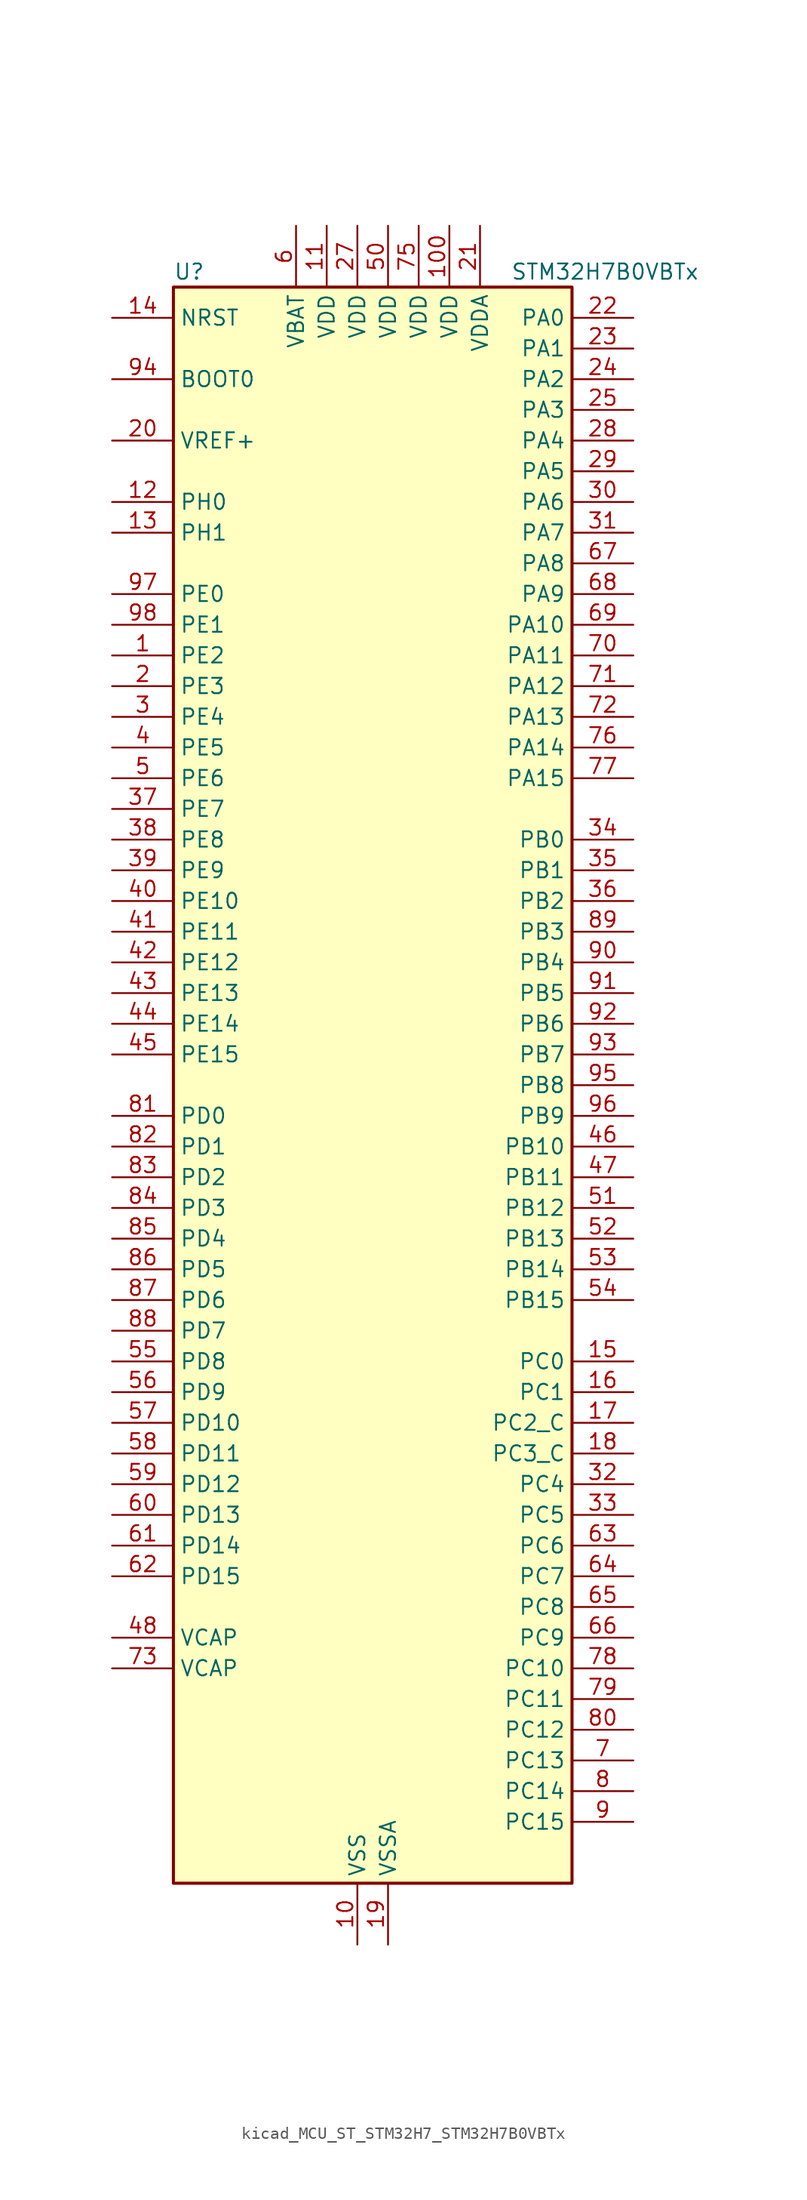
<source format=kicad_sym>
(kicad_symbol_lib
  (version 20220914)
  (generator kicad_symbol_editor)
  (symbol "kicad_MCU_ST_STM32H7_STM32H7B0VBTx"
    (property "Reference" "U"
      (at -15.24 67.31 0)
      (effects (font (size 1.27 1.27)) (justify left)))
    (property "Value" "STM32H7B0VBTx"
      (at 12.7 67.31 0)
      (effects (font (size 1.27 1.27)) (justify left)))
    (property "ki_locked" ""
      (at 0 0 0)
      (effects (font (size 1.27 1.27))))
    (symbol "kicad_MCU_ST_STM32H7_STM32H7B0VBTx_0_1"
      (rectangle (start -15.24 -66.04) (end 17.78 66.04) (stroke (width 0.254) (type default)) (fill (type background))))
    (symbol "kicad_MCU_ST_STM32H7_STM32H7B0VBTx_1_1"
      (pin bidirectional line (at -20.32 35.56 0) (length 5.08) (name "PE2" (effects (font (size 1.27 1.27)))) (number "1" (effects (font (size 1.27 1.27)))) (alternate "DEBUG_TRACECLK" bidirectional line) (alternate "FMC_A23" bidirectional line) (alternate "OCTOSPIM_P1_IO2" bidirectional line) (alternate "SAI1_CK1" bidirectional line) (alternate "SAI1_MCLK_A" bidirectional line) (alternate "SPI4_SCK" bidirectional line) (alternate "USART10_RX" bidirectional line))
      (pin power_in line (at 0 -71.12 90) (length 5.08) (name "VSS" (effects (font (size 1.27 1.27)))) (number "10" (effects (font (size 1.27 1.27)))))
      (pin power_in line (at 7.62 71.12 270) (length 5.08) (name "VDD" (effects (font (size 1.27 1.27)))) (number "100" (effects (font (size 1.27 1.27)))))
      (pin power_in line (at -2.54 71.12 270) (length 5.08) (name "VDD" (effects (font (size 1.27 1.27)))) (number "11" (effects (font (size 1.27 1.27)))))
      (pin bidirectional line (at -20.32 48.26 0) (length 5.08) (name "PH0" (effects (font (size 1.27 1.27)))) (number "12" (effects (font (size 1.27 1.27)))) (alternate "RCC_OSC_IN" bidirectional line))
      (pin bidirectional line (at -20.32 45.72 0) (length 5.08) (name "PH1" (effects (font (size 1.27 1.27)))) (number "13" (effects (font (size 1.27 1.27)))) (alternate "RCC_OSC_OUT" bidirectional line))
      (pin input line (at -20.32 63.5 0) (length 5.08) (name "NRST" (effects (font (size 1.27 1.27)))) (number "14" (effects (font (size 1.27 1.27)))))
      (pin bidirectional line (at 22.86 -22.86 180) (length 5.08) (name "PC0" (effects (font (size 1.27 1.27)))) (number "15" (effects (font (size 1.27 1.27)))) (alternate "ADC1_INP10" bidirectional line) (alternate "ADC2_INP10" bidirectional line) (alternate "DFSDM1_CKIN0" bidirectional line) (alternate "DFSDM1_DATIN4" bidirectional line) (alternate "FMC_A25" bidirectional line) (alternate "FMC_SDNWE" bidirectional line) (alternate "LTDC_G2" bidirectional line) (alternate "LTDC_R5" bidirectional line) (alternate "SAI2_FS_B" bidirectional line) (alternate "USB_OTG_HS_ULPI_STP" bidirectional line))
      (pin bidirectional line (at 22.86 -25.4 180) (length 5.08) (name "PC1" (effects (font (size 1.27 1.27)))) (number "16" (effects (font (size 1.27 1.27)))) (alternate "ADC1_INN10" bidirectional line) (alternate "ADC1_INP11" bidirectional line) (alternate "ADC2_INN10" bidirectional line) (alternate "ADC2_INP11" bidirectional line) (alternate "DEBUG_TRACED0" bidirectional line) (alternate "DFSDM1_CKIN4" bidirectional line) (alternate "DFSDM1_DATIN0" bidirectional line) (alternate "I2S2_SDO" bidirectional line) (alternate "LTDC_G5" bidirectional line) (alternate "MDIOS_MDC" bidirectional line) (alternate "OCTOSPIM_P1_IO4" bidirectional line) (alternate "PWR_WKUP6" bidirectional line) (alternate "RTC_TAMP3" bidirectional line) (alternate "SAI1_D1" bidirectional line) (alternate "SAI1_SD_A" bidirectional line) (alternate "SDMMC2_CK" bidirectional line) (alternate "SPI2_MOSI" bidirectional line))
      (pin bidirectional line (at 22.86 -27.94 180) (length 5.08) (name "PC2_C" (effects (font (size 1.27 1.27)))) (number "17" (effects (font (size 1.27 1.27)))) (alternate "ADC2_INN1" bidirectional line) (alternate "ADC2_INP0" bidirectional line) (alternate "DFSDM1_CKIN1" bidirectional line) (alternate "DFSDM1_CKOUT" bidirectional line) (alternate "FMC_SDNE0" bidirectional line) (alternate "I2S2_SDI" bidirectional line) (alternate "OCTOSPIM_P1_IO2" bidirectional line) (alternate "OCTOSPIM_P1_IO5" bidirectional line) (alternate "PWR_CSTOP" bidirectional line) (alternate "SPI2_MISO" bidirectional line) (alternate "USB_OTG_HS_ULPI_DIR" bidirectional line))
      (pin bidirectional line (at 22.86 -30.48 180) (length 5.08) (name "PC3_C" (effects (font (size 1.27 1.27)))) (number "18" (effects (font (size 1.27 1.27)))) (alternate "ADC2_INP1" bidirectional line) (alternate "DFSDM1_DATIN1" bidirectional line) (alternate "FMC_SDCKE0" bidirectional line) (alternate "I2S2_SDO" bidirectional line) (alternate "OCTOSPIM_P1_IO0" bidirectional line) (alternate "OCTOSPIM_P1_IO6" bidirectional line) (alternate "PWR_CSLEEP" bidirectional line) (alternate "SPI2_MOSI" bidirectional line) (alternate "USB_OTG_HS_ULPI_NXT" bidirectional line))
      (pin power_in line (at 2.54 -71.12 90) (length 5.08) (name "VSSA" (effects (font (size 1.27 1.27)))) (number "19" (effects (font (size 1.27 1.27)))))
      (pin bidirectional line (at -20.32 33.02 0) (length 5.08) (name "PE3" (effects (font (size 1.27 1.27)))) (number "2" (effects (font (size 1.27 1.27)))) (alternate "DEBUG_TRACED0" bidirectional line) (alternate "FMC_A19" bidirectional line) (alternate "SAI1_SD_B" bidirectional line) (alternate "TIM15_BKIN" bidirectional line) (alternate "USART10_TX" bidirectional line))
      (pin input line (at -20.32 53.34 0) (length 5.08) (name "VREF+" (effects (font (size 1.27 1.27)))) (number "20" (effects (font (size 1.27 1.27)))) (alternate "VREFBUF_OUT" bidirectional line))
      (pin power_in line (at 10.16 71.12 270) (length 5.08) (name "VDDA" (effects (font (size 1.27 1.27)))) (number "21" (effects (font (size 1.27 1.27)))))
      (pin bidirectional line (at 22.86 63.5 180) (length 5.08) (name "PA0" (effects (font (size 1.27 1.27)))) (number "22" (effects (font (size 1.27 1.27)))) (alternate "ADC1_INP16" bidirectional line) (alternate "I2S6_WS" bidirectional line) (alternate "PWR_WKUP1" bidirectional line) (alternate "SAI2_SD_B" bidirectional line) (alternate "SDMMC2_CMD" bidirectional line) (alternate "SPI6_NSS" bidirectional line) (alternate "TIM15_BKIN" bidirectional line) (alternate "TIM2_CH1" bidirectional line) (alternate "TIM2_ETR" bidirectional line) (alternate "TIM5_CH1" bidirectional line) (alternate "TIM8_ETR" bidirectional line) (alternate "UART4_TX" bidirectional line) (alternate "USART2_CTS" bidirectional line) (alternate "USART2_NSS" bidirectional line))
      (pin bidirectional line (at 22.86 60.96 180) (length 5.08) (name "PA1" (effects (font (size 1.27 1.27)))) (number "23" (effects (font (size 1.27 1.27)))) (alternate "ADC1_INN16" bidirectional line) (alternate "ADC1_INP17" bidirectional line) (alternate "LPTIM3_OUT" bidirectional line) (alternate "LTDC_R2" bidirectional line) (alternate "OCTOSPIM_P1_DQS" bidirectional line) (alternate "OCTOSPIM_P1_IO3" bidirectional line) (alternate "SAI2_MCLK_B" bidirectional line) (alternate "TIM15_CH1N" bidirectional line) (alternate "TIM2_CH2" bidirectional line) (alternate "TIM5_CH2" bidirectional line) (alternate "UART4_RX" bidirectional line) (alternate "USART2_DE" bidirectional line) (alternate "USART2_RTS" bidirectional line))
      (pin bidirectional line (at 22.86 58.42 180) (length 5.08) (name "PA2" (effects (font (size 1.27 1.27)))) (number "24" (effects (font (size 1.27 1.27)))) (alternate "ADC1_INP14" bidirectional line) (alternate "DFSDM2_CKIN1" bidirectional line) (alternate "LTDC_R1" bidirectional line) (alternate "MDIOS_MDIO" bidirectional line) (alternate "PWR_WKUP2" bidirectional line) (alternate "SAI2_SCK_B" bidirectional line) (alternate "TIM15_CH1" bidirectional line) (alternate "TIM2_CH3" bidirectional line) (alternate "TIM5_CH3" bidirectional line) (alternate "USART2_TX" bidirectional line))
      (pin bidirectional line (at 22.86 55.88 180) (length 5.08) (name "PA3" (effects (font (size 1.27 1.27)))) (number "25" (effects (font (size 1.27 1.27)))) (alternate "ADC1_INP15" bidirectional line) (alternate "I2S6_MCK" bidirectional line) (alternate "LTDC_B2" bidirectional line) (alternate "LTDC_B5" bidirectional line) (alternate "OCTOSPIM_P1_CLK" bidirectional line) (alternate "TIM15_CH2" bidirectional line) (alternate "TIM2_CH4" bidirectional line) (alternate "TIM5_CH4" bidirectional line) (alternate "USART2_RX" bidirectional line) (alternate "USB_OTG_HS_ULPI_D0" bidirectional line))
      (pin passive line (at 0 -71.12 90) (length 5.08) hide (name "VSS" (effects (font (size 1.27 1.27)))) (number "26" (effects (font (size 1.27 1.27)))))
      (pin power_in line (at 0 71.12 270) (length 5.08) (name "VDD" (effects (font (size 1.27 1.27)))) (number "27" (effects (font (size 1.27 1.27)))))
      (pin bidirectional line (at 22.86 53.34 180) (length 5.08) (name "PA4" (effects (font (size 1.27 1.27)))) (number "28" (effects (font (size 1.27 1.27)))) (alternate "ADC1_INP18" bidirectional line) (alternate "DAC1_OUT1" bidirectional line) (alternate "DCMI_HSYNC" bidirectional line) (alternate "I2S1_WS" bidirectional line) (alternate "I2S3_WS" bidirectional line) (alternate "I2S6_WS" bidirectional line) (alternate "LTDC_VSYNC" bidirectional line) (alternate "PSSI_DE" bidirectional line) (alternate "SPI1_NSS" bidirectional line) (alternate "SPI3_NSS" bidirectional line) (alternate "SPI6_NSS" bidirectional line) (alternate "TIM5_ETR" bidirectional line) (alternate "USART2_CK" bidirectional line))
      (pin bidirectional line (at 22.86 50.8 180) (length 5.08) (name "PA5" (effects (font (size 1.27 1.27)))) (number "29" (effects (font (size 1.27 1.27)))) (alternate "ADC1_INN18" bidirectional line) (alternate "ADC1_INP19" bidirectional line) (alternate "DAC1_OUT2" bidirectional line) (alternate "I2S1_CK" bidirectional line) (alternate "I2S6_CK" bidirectional line) (alternate "LTDC_R4" bidirectional line) (alternate "PSSI_D14" bidirectional line) (alternate "PWR_NDSTOP2" bidirectional line) (alternate "SPI1_SCK" bidirectional line) (alternate "SPI6_SCK" bidirectional line) (alternate "TIM2_CH1" bidirectional line) (alternate "TIM2_ETR" bidirectional line) (alternate "TIM8_CH1N" bidirectional line) (alternate "USB_OTG_HS_ULPI_CK" bidirectional line))
      (pin bidirectional line (at -20.32 30.48 0) (length 5.08) (name "PE4" (effects (font (size 1.27 1.27)))) (number "3" (effects (font (size 1.27 1.27)))) (alternate "DCMI_D4" bidirectional line) (alternate "DEBUG_TRACED1" bidirectional line) (alternate "DFSDM1_DATIN3" bidirectional line) (alternate "FMC_A20" bidirectional line) (alternate "LTDC_B0" bidirectional line) (alternate "PSSI_D4" bidirectional line) (alternate "SAI1_D2" bidirectional line) (alternate "SAI1_FS_A" bidirectional line) (alternate "SPI4_NSS" bidirectional line) (alternate "TIM15_CH1N" bidirectional line))
      (pin bidirectional line (at 22.86 48.26 180) (length 5.08) (name "PA6" (effects (font (size 1.27 1.27)))) (number "30" (effects (font (size 1.27 1.27)))) (alternate "ADC1_INP3" bidirectional line) (alternate "ADC2_INP3" bidirectional line) (alternate "DAC2_OUT1" bidirectional line) (alternate "DCMI_PIXCLK" bidirectional line) (alternate "I2S1_SDI" bidirectional line) (alternate "I2S6_SDI" bidirectional line) (alternate "LTDC_G2" bidirectional line) (alternate "MDIOS_MDC" bidirectional line) (alternate "OCTOSPIM_P1_IO3" bidirectional line) (alternate "PSSI_PDCK" bidirectional line) (alternate "SPI1_MISO" bidirectional line) (alternate "SPI6_MISO" bidirectional line) (alternate "TIM13_CH1" bidirectional line) (alternate "TIM1_BKIN" bidirectional line) (alternate "TIM1_BKIN_COMP1" bidirectional line) (alternate "TIM1_BKIN_COMP2" bidirectional line) (alternate "TIM3_CH1" bidirectional line) (alternate "TIM8_BKIN" bidirectional line) (alternate "TIM8_BKIN_COMP1" bidirectional line) (alternate "TIM8_BKIN_COMP2" bidirectional line))
      (pin bidirectional line (at 22.86 45.72 180) (length 5.08) (name "PA7" (effects (font (size 1.27 1.27)))) (number "31" (effects (font (size 1.27 1.27)))) (alternate "ADC1_INN3" bidirectional line) (alternate "ADC1_INP7" bidirectional line) (alternate "ADC2_INN3" bidirectional line) (alternate "ADC2_INP7" bidirectional line) (alternate "DFSDM2_DATIN1" bidirectional line) (alternate "FMC_SDNWE" bidirectional line) (alternate "I2S1_SDO" bidirectional line) (alternate "I2S6_SDO" bidirectional line) (alternate "LTDC_VSYNC" bidirectional line) (alternate "OCTOSPIM_P1_IO2" bidirectional line) (alternate "OPAMP1_VINM" bidirectional line) (alternate "SPI1_MOSI" bidirectional line) (alternate "SPI6_MOSI" bidirectional line) (alternate "TIM14_CH1" bidirectional line) (alternate "TIM1_CH1N" bidirectional line) (alternate "TIM3_CH2" bidirectional line) (alternate "TIM8_CH1N" bidirectional line))
      (pin bidirectional line (at 22.86 -33.02 180) (length 5.08) (name "PC4" (effects (font (size 1.27 1.27)))) (number "32" (effects (font (size 1.27 1.27)))) (alternate "ADC1_INP4" bidirectional line) (alternate "ADC2_INP4" bidirectional line) (alternate "COMP1_INM" bidirectional line) (alternate "DFSDM1_CKIN2" bidirectional line) (alternate "FMC_SDNE0" bidirectional line) (alternate "I2S1_MCK" bidirectional line) (alternate "LTDC_R7" bidirectional line) (alternate "OPAMP1_VOUT" bidirectional line) (alternate "SPDIFRX_IN2" bidirectional line))
      (pin bidirectional line (at 22.86 -35.56 180) (length 5.08) (name "PC5" (effects (font (size 1.27 1.27)))) (number "33" (effects (font (size 1.27 1.27)))) (alternate "ADC1_INN4" bidirectional line) (alternate "ADC1_INP8" bidirectional line) (alternate "ADC2_INN4" bidirectional line) (alternate "ADC2_INP8" bidirectional line) (alternate "COMP1_OUT" bidirectional line) (alternate "DFSDM1_DATIN2" bidirectional line) (alternate "FMC_SDCKE0" bidirectional line) (alternate "LTDC_DE" bidirectional line) (alternate "OCTOSPIM_P1_DQS" bidirectional line) (alternate "OPAMP1_VINM" bidirectional line) (alternate "PSSI_D15" bidirectional line) (alternate "SAI1_D3" bidirectional line) (alternate "SPDIFRX_IN3" bidirectional line))
      (pin bidirectional line (at 22.86 20.32 180) (length 5.08) (name "PB0" (effects (font (size 1.27 1.27)))) (number "34" (effects (font (size 1.27 1.27)))) (alternate "ADC1_INN5" bidirectional line) (alternate "ADC1_INP9" bidirectional line) (alternate "ADC2_INN5" bidirectional line) (alternate "ADC2_INP9" bidirectional line) (alternate "COMP1_INP" bidirectional line) (alternate "DFSDM1_CKOUT" bidirectional line) (alternate "DFSDM2_CKOUT" bidirectional line) (alternate "LTDC_G1" bidirectional line) (alternate "LTDC_R3" bidirectional line) (alternate "OCTOSPIM_P1_IO1" bidirectional line) (alternate "OPAMP1_VINP" bidirectional line) (alternate "TIM1_CH2N" bidirectional line) (alternate "TIM3_CH3" bidirectional line) (alternate "TIM8_CH2N" bidirectional line) (alternate "UART4_CTS" bidirectional line) (alternate "USB_OTG_HS_ULPI_D1" bidirectional line))
      (pin bidirectional line (at 22.86 17.78 180) (length 5.08) (name "PB1" (effects (font (size 1.27 1.27)))) (number "35" (effects (font (size 1.27 1.27)))) (alternate "ADC1_INP5" bidirectional line) (alternate "ADC2_INP5" bidirectional line) (alternate "COMP1_INM" bidirectional line) (alternate "DFSDM1_DATIN1" bidirectional line) (alternate "LTDC_G0" bidirectional line) (alternate "LTDC_R6" bidirectional line) (alternate "OCTOSPIM_P1_IO0" bidirectional line) (alternate "TIM1_CH3N" bidirectional line) (alternate "TIM3_CH4" bidirectional line) (alternate "TIM8_CH3N" bidirectional line) (alternate "USB_OTG_HS_ULPI_D2" bidirectional line))
      (pin bidirectional line (at 22.86 15.24 180) (length 5.08) (name "PB2" (effects (font (size 1.27 1.27)))) (number "36" (effects (font (size 1.27 1.27)))) (alternate "COMP1_INP" bidirectional line) (alternate "DFSDM1_CKIN1" bidirectional line) (alternate "I2S3_SDO" bidirectional line) (alternate "OCTOSPIM_P1_CLK" bidirectional line) (alternate "OCTOSPIM_P1_DQS" bidirectional line) (alternate "RTC_OUT_ALARM" bidirectional line) (alternate "RTC_OUT_CALIB" bidirectional line) (alternate "SAI1_D1" bidirectional line) (alternate "SAI1_SD_A" bidirectional line) (alternate "SPI3_MOSI" bidirectional line))
      (pin bidirectional line (at -20.32 22.86 0) (length 5.08) (name "PE7" (effects (font (size 1.27 1.27)))) (number "37" (effects (font (size 1.27 1.27)))) (alternate "COMP2_INM" bidirectional line) (alternate "DFSDM1_DATIN2" bidirectional line) (alternate "FMC_D4" bidirectional line) (alternate "FMC_DA4" bidirectional line) (alternate "OCTOSPIM_P1_IO4" bidirectional line) (alternate "OPAMP2_VOUT" bidirectional line) (alternate "TIM1_ETR" bidirectional line) (alternate "UART7_RX" bidirectional line))
      (pin bidirectional line (at -20.32 20.32 0) (length 5.08) (name "PE8" (effects (font (size 1.27 1.27)))) (number "38" (effects (font (size 1.27 1.27)))) (alternate "COMP2_OUT" bidirectional line) (alternate "DFSDM1_CKIN2" bidirectional line) (alternate "FMC_D5" bidirectional line) (alternate "FMC_DA5" bidirectional line) (alternate "OCTOSPIM_P1_IO5" bidirectional line) (alternate "OPAMP2_VINM" bidirectional line) (alternate "TIM1_CH1N" bidirectional line) (alternate "UART7_TX" bidirectional line))
      (pin bidirectional line (at -20.32 17.78 0) (length 5.08) (name "PE9" (effects (font (size 1.27 1.27)))) (number "39" (effects (font (size 1.27 1.27)))) (alternate "COMP2_INP" bidirectional line) (alternate "DAC1_EXTI9" bidirectional line) (alternate "DFSDM1_CKOUT" bidirectional line) (alternate "FMC_D6" bidirectional line) (alternate "FMC_DA6" bidirectional line) (alternate "OCTOSPIM_P1_IO6" bidirectional line) (alternate "OPAMP2_VINP" bidirectional line) (alternate "TIM1_CH1" bidirectional line) (alternate "UART7_DE" bidirectional line) (alternate "UART7_RTS" bidirectional line))
      (pin bidirectional line (at -20.32 27.94 0) (length 5.08) (name "PE5" (effects (font (size 1.27 1.27)))) (number "4" (effects (font (size 1.27 1.27)))) (alternate "DCMI_D6" bidirectional line) (alternate "DEBUG_TRACED2" bidirectional line) (alternate "DFSDM1_CKIN3" bidirectional line) (alternate "FMC_A21" bidirectional line) (alternate "LTDC_G0" bidirectional line) (alternate "PSSI_D6" bidirectional line) (alternate "SAI1_CK2" bidirectional line) (alternate "SAI1_SCK_A" bidirectional line) (alternate "SPI4_MISO" bidirectional line) (alternate "TIM15_CH1" bidirectional line))
      (pin bidirectional line (at -20.32 15.24 0) (length 5.08) (name "PE10" (effects (font (size 1.27 1.27)))) (number "40" (effects (font (size 1.27 1.27)))) (alternate "COMP2_INM" bidirectional line) (alternate "DFSDM1_DATIN4" bidirectional line) (alternate "FMC_D7" bidirectional line) (alternate "FMC_DA7" bidirectional line) (alternate "OCTOSPIM_P1_IO7" bidirectional line) (alternate "TIM1_CH2N" bidirectional line) (alternate "UART7_CTS" bidirectional line))
      (pin bidirectional line (at -20.32 12.7 0) (length 5.08) (name "PE11" (effects (font (size 1.27 1.27)))) (number "41" (effects (font (size 1.27 1.27)))) (alternate "ADC1_EXTI11" bidirectional line) (alternate "ADC2_EXTI11" bidirectional line) (alternate "COMP2_INP" bidirectional line) (alternate "DFSDM1_CKIN4" bidirectional line) (alternate "FMC_D8" bidirectional line) (alternate "FMC_DA8" bidirectional line) (alternate "LTDC_G3" bidirectional line) (alternate "OCTOSPIM_P1_NCS" bidirectional line) (alternate "SAI2_SD_B" bidirectional line) (alternate "SPI4_NSS" bidirectional line) (alternate "TIM1_CH2" bidirectional line))
      (pin bidirectional line (at -20.32 10.16 0) (length 5.08) (name "PE12" (effects (font (size 1.27 1.27)))) (number "42" (effects (font (size 1.27 1.27)))) (alternate "COMP1_OUT" bidirectional line) (alternate "DFSDM1_DATIN5" bidirectional line) (alternate "FMC_D9" bidirectional line) (alternate "FMC_DA9" bidirectional line) (alternate "LTDC_B4" bidirectional line) (alternate "SAI2_SCK_B" bidirectional line) (alternate "SPI4_SCK" bidirectional line) (alternate "TIM1_CH3N" bidirectional line))
      (pin bidirectional line (at -20.32 7.62 0) (length 5.08) (name "PE13" (effects (font (size 1.27 1.27)))) (number "43" (effects (font (size 1.27 1.27)))) (alternate "COMP2_OUT" bidirectional line) (alternate "DFSDM1_CKIN5" bidirectional line) (alternate "FMC_D10" bidirectional line) (alternate "FMC_DA10" bidirectional line) (alternate "LTDC_DE" bidirectional line) (alternate "SAI2_FS_B" bidirectional line) (alternate "SPI4_MISO" bidirectional line) (alternate "TIM1_CH3" bidirectional line))
      (pin bidirectional line (at -20.32 5.08 0) (length 5.08) (name "PE14" (effects (font (size 1.27 1.27)))) (number "44" (effects (font (size 1.27 1.27)))) (alternate "FMC_D11" bidirectional line) (alternate "FMC_DA11" bidirectional line) (alternate "LTDC_CLK" bidirectional line) (alternate "SAI2_MCLK_B" bidirectional line) (alternate "SPI4_MOSI" bidirectional line) (alternate "TIM1_CH4" bidirectional line))
      (pin bidirectional line (at -20.32 2.54 0) (length 5.08) (name "PE15" (effects (font (size 1.27 1.27)))) (number "45" (effects (font (size 1.27 1.27)))) (alternate "ADC1_EXTI15" bidirectional line) (alternate "ADC2_EXTI15" bidirectional line) (alternate "FMC_D12" bidirectional line) (alternate "FMC_DA12" bidirectional line) (alternate "LTDC_R7" bidirectional line) (alternate "TIM1_BKIN" bidirectional line) (alternate "TIM1_BKIN_COMP1" bidirectional line) (alternate "TIM1_BKIN_COMP2" bidirectional line) (alternate "USART10_CK" bidirectional line))
      (pin bidirectional line (at 22.86 -5.08 180) (length 5.08) (name "PB10" (effects (font (size 1.27 1.27)))) (number "46" (effects (font (size 1.27 1.27)))) (alternate "DFSDM1_DATIN7" bidirectional line) (alternate "I2C2_SCL" bidirectional line) (alternate "I2S2_CK" bidirectional line) (alternate "LPTIM2_IN1" bidirectional line) (alternate "LTDC_G4" bidirectional line) (alternate "OCTOSPIM_P1_NCS" bidirectional line) (alternate "SPI2_SCK" bidirectional line) (alternate "TIM2_CH3" bidirectional line) (alternate "USART3_TX" bidirectional line) (alternate "USB_OTG_HS_ULPI_D3" bidirectional line))
      (pin bidirectional line (at 22.86 -7.62 180) (length 5.08) (name "PB11" (effects (font (size 1.27 1.27)))) (number "47" (effects (font (size 1.27 1.27)))) (alternate "ADC1_EXTI11" bidirectional line) (alternate "ADC2_EXTI11" bidirectional line) (alternate "DFSDM1_CKIN7" bidirectional line) (alternate "I2C2_SDA" bidirectional line) (alternate "LPTIM2_ETR" bidirectional line) (alternate "LTDC_G5" bidirectional line) (alternate "TIM2_CH4" bidirectional line) (alternate "USART3_RX" bidirectional line) (alternate "USB_OTG_HS_ULPI_D4" bidirectional line))
      (pin power_out line (at -20.32 -45.72 0) (length 5.08) (name "VCAP" (effects (font (size 1.27 1.27)))) (number "48" (effects (font (size 1.27 1.27)))))
      (pin passive line (at 0 -71.12 90) (length 5.08) hide (name "VSS" (effects (font (size 1.27 1.27)))) (number "49" (effects (font (size 1.27 1.27)))))
      (pin bidirectional line (at -20.32 25.4 0) (length 5.08) (name "PE6" (effects (font (size 1.27 1.27)))) (number "5" (effects (font (size 1.27 1.27)))) (alternate "DCMI_D7" bidirectional line) (alternate "DEBUG_TRACED3" bidirectional line) (alternate "FMC_A22" bidirectional line) (alternate "LTDC_G1" bidirectional line) (alternate "PSSI_D7" bidirectional line) (alternate "SAI1_D1" bidirectional line) (alternate "SAI1_SD_A" bidirectional line) (alternate "SAI2_MCLK_B" bidirectional line) (alternate "SPI4_MOSI" bidirectional line) (alternate "TIM15_CH2" bidirectional line) (alternate "TIM1_BKIN2" bidirectional line) (alternate "TIM1_BKIN2_COMP1" bidirectional line) (alternate "TIM1_BKIN2_COMP2" bidirectional line))
      (pin power_in line (at 2.54 71.12 270) (length 5.08) (name "VDD" (effects (font (size 1.27 1.27)))) (number "50" (effects (font (size 1.27 1.27)))))
      (pin bidirectional line (at 22.86 -10.16 180) (length 5.08) (name "PB12" (effects (font (size 1.27 1.27)))) (number "51" (effects (font (size 1.27 1.27)))) (alternate "DFSDM1_DATIN1" bidirectional line) (alternate "DFSDM2_DATIN1" bidirectional line) (alternate "FDCAN2_RX" bidirectional line) (alternate "I2C2_SMBA" bidirectional line) (alternate "I2S2_WS" bidirectional line) (alternate "OCTOSPIM_P1_NCLK" bidirectional line) (alternate "SPI2_NSS" bidirectional line) (alternate "TIM1_BKIN" bidirectional line) (alternate "TIM1_BKIN_COMP1" bidirectional line) (alternate "TIM1_BKIN_COMP2" bidirectional line) (alternate "UART5_RX" bidirectional line) (alternate "USART3_CK" bidirectional line) (alternate "USB_OTG_HS_ULPI_D5" bidirectional line))
      (pin bidirectional line (at 22.86 -12.7 180) (length 5.08) (name "PB13" (effects (font (size 1.27 1.27)))) (number "52" (effects (font (size 1.27 1.27)))) (alternate "DCMI_D2" bidirectional line) (alternate "DFSDM1_CKIN1" bidirectional line) (alternate "DFSDM2_CKIN1" bidirectional line) (alternate "FDCAN2_TX" bidirectional line) (alternate "I2S2_CK" bidirectional line) (alternate "LPTIM2_OUT" bidirectional line) (alternate "PSSI_D2" bidirectional line) (alternate "SDMMC1_D0" bidirectional line) (alternate "SPI2_SCK" bidirectional line) (alternate "TIM1_CH1N" bidirectional line) (alternate "UART5_TX" bidirectional line) (alternate "USART3_CTS" bidirectional line) (alternate "USART3_NSS" bidirectional line) (alternate "USB_OTG_HS_ULPI_D6" bidirectional line))
      (pin bidirectional line (at 22.86 -15.24 180) (length 5.08) (name "PB14" (effects (font (size 1.27 1.27)))) (number "53" (effects (font (size 1.27 1.27)))) (alternate "DFSDM1_DATIN2" bidirectional line) (alternate "I2S2_SDI" bidirectional line) (alternate "LTDC_CLK" bidirectional line) (alternate "SDMMC2_D0" bidirectional line) (alternate "SPI2_MISO" bidirectional line) (alternate "TIM12_CH1" bidirectional line) (alternate "TIM1_CH2N" bidirectional line) (alternate "TIM8_CH2N" bidirectional line) (alternate "UART4_DE" bidirectional line) (alternate "UART4_RTS" bidirectional line) (alternate "USART1_TX" bidirectional line) (alternate "USART3_DE" bidirectional line) (alternate "USART3_RTS" bidirectional line))
      (pin bidirectional line (at 22.86 -17.78 180) (length 5.08) (name "PB15" (effects (font (size 1.27 1.27)))) (number "54" (effects (font (size 1.27 1.27)))) (alternate "ADC1_EXTI15" bidirectional line) (alternate "ADC2_EXTI15" bidirectional line) (alternate "DFSDM1_CKIN2" bidirectional line) (alternate "I2S2_SDO" bidirectional line) (alternate "LTDC_G7" bidirectional line) (alternate "RTC_REFIN" bidirectional line) (alternate "SDMMC2_D1" bidirectional line) (alternate "SPI2_MOSI" bidirectional line) (alternate "TIM12_CH2" bidirectional line) (alternate "TIM1_CH3N" bidirectional line) (alternate "TIM8_CH3N" bidirectional line) (alternate "UART4_CTS" bidirectional line) (alternate "USART1_RX" bidirectional line))
      (pin bidirectional line (at -20.32 -22.86 0) (length 5.08) (name "PD8" (effects (font (size 1.27 1.27)))) (number "55" (effects (font (size 1.27 1.27)))) (alternate "DFSDM1_CKIN3" bidirectional line) (alternate "FMC_D13" bidirectional line) (alternate "FMC_DA13" bidirectional line) (alternate "SPDIFRX_IN1" bidirectional line) (alternate "USART3_TX" bidirectional line))
      (pin bidirectional line (at -20.32 -25.4 0) (length 5.08) (name "PD9" (effects (font (size 1.27 1.27)))) (number "56" (effects (font (size 1.27 1.27)))) (alternate "DAC1_EXTI9" bidirectional line) (alternate "DFSDM1_DATIN3" bidirectional line) (alternate "FMC_D14" bidirectional line) (alternate "FMC_DA14" bidirectional line) (alternate "USART3_RX" bidirectional line))
      (pin bidirectional line (at -20.32 -27.94 0) (length 5.08) (name "PD10" (effects (font (size 1.27 1.27)))) (number "57" (effects (font (size 1.27 1.27)))) (alternate "DFSDM1_CKOUT" bidirectional line) (alternate "DFSDM2_CKOUT" bidirectional line) (alternate "FMC_D15" bidirectional line) (alternate "FMC_DA15" bidirectional line) (alternate "LTDC_B3" bidirectional line) (alternate "USART3_CK" bidirectional line))
      (pin bidirectional line (at -20.32 -30.48 0) (length 5.08) (name "PD11" (effects (font (size 1.27 1.27)))) (number "58" (effects (font (size 1.27 1.27)))) (alternate "ADC1_EXTI11" bidirectional line) (alternate "ADC2_EXTI11" bidirectional line) (alternate "FMC_A16" bidirectional line) (alternate "FMC_CLE" bidirectional line) (alternate "I2C4_SMBA" bidirectional line) (alternate "LPTIM2_IN2" bidirectional line) (alternate "OCTOSPIM_P1_IO0" bidirectional line) (alternate "SAI2_SD_A" bidirectional line) (alternate "USART3_CTS" bidirectional line) (alternate "USART3_NSS" bidirectional line))
      (pin bidirectional line (at -20.32 -33.02 0) (length 5.08) (name "PD12" (effects (font (size 1.27 1.27)))) (number "59" (effects (font (size 1.27 1.27)))) (alternate "DCMI_D12" bidirectional line) (alternate "FMC_A17" bidirectional line) (alternate "FMC_ALE" bidirectional line) (alternate "I2C4_SCL" bidirectional line) (alternate "LPTIM1_IN1" bidirectional line) (alternate "LPTIM2_IN1" bidirectional line) (alternate "OCTOSPIM_P1_IO1" bidirectional line) (alternate "PSSI_D12" bidirectional line) (alternate "SAI2_FS_A" bidirectional line) (alternate "TIM4_CH1" bidirectional line) (alternate "USART3_DE" bidirectional line) (alternate "USART3_RTS" bidirectional line))
      (pin power_in line (at -5.08 71.12 270) (length 5.08) (name "VBAT" (effects (font (size 1.27 1.27)))) (number "6" (effects (font (size 1.27 1.27)))))
      (pin bidirectional line (at -20.32 -35.56 0) (length 5.08) (name "PD13" (effects (font (size 1.27 1.27)))) (number "60" (effects (font (size 1.27 1.27)))) (alternate "DCMI_D13" bidirectional line) (alternate "FMC_A18" bidirectional line) (alternate "I2C4_SDA" bidirectional line) (alternate "LPTIM1_OUT" bidirectional line) (alternate "OCTOSPIM_P1_IO3" bidirectional line) (alternate "PSSI_D13" bidirectional line) (alternate "SAI2_SCK_A" bidirectional line) (alternate "TIM4_CH2" bidirectional line) (alternate "UART9_DE" bidirectional line) (alternate "UART9_RTS" bidirectional line))
      (pin bidirectional line (at -20.32 -38.1 0) (length 5.08) (name "PD14" (effects (font (size 1.27 1.27)))) (number "61" (effects (font (size 1.27 1.27)))) (alternate "FMC_D0" bidirectional line) (alternate "FMC_DA0" bidirectional line) (alternate "TIM4_CH3" bidirectional line) (alternate "UART8_CTS" bidirectional line) (alternate "UART9_RX" bidirectional line))
      (pin bidirectional line (at -20.32 -40.64 0) (length 5.08) (name "PD15" (effects (font (size 1.27 1.27)))) (number "62" (effects (font (size 1.27 1.27)))) (alternate "ADC1_EXTI15" bidirectional line) (alternate "ADC2_EXTI15" bidirectional line) (alternate "FMC_D1" bidirectional line) (alternate "FMC_DA1" bidirectional line) (alternate "TIM4_CH4" bidirectional line) (alternate "UART8_DE" bidirectional line) (alternate "UART8_RTS" bidirectional line) (alternate "UART9_TX" bidirectional line))
      (pin bidirectional line (at 22.86 -38.1 180) (length 5.08) (name "PC6" (effects (font (size 1.27 1.27)))) (number "63" (effects (font (size 1.27 1.27)))) (alternate "DCMI_D0" bidirectional line) (alternate "DFSDM1_CKIN3" bidirectional line) (alternate "FMC_NWAIT" bidirectional line) (alternate "I2S2_MCK" bidirectional line) (alternate "LTDC_HSYNC" bidirectional line) (alternate "PSSI_D0" bidirectional line) (alternate "SDMMC1_D0DIR" bidirectional line) (alternate "SDMMC1_D6" bidirectional line) (alternate "SDMMC2_D6" bidirectional line) (alternate "SWPMI1_IO" bidirectional line) (alternate "TIM3_CH1" bidirectional line) (alternate "TIM8_CH1" bidirectional line) (alternate "USART6_TX" bidirectional line))
      (pin bidirectional line (at 22.86 -40.64 180) (length 5.08) (name "PC7" (effects (font (size 1.27 1.27)))) (number "64" (effects (font (size 1.27 1.27)))) (alternate "DCMI_D1" bidirectional line) (alternate "DEBUG_TRGIO" bidirectional line) (alternate "DFSDM1_DATIN3" bidirectional line) (alternate "FMC_NE1" bidirectional line) (alternate "I2S3_MCK" bidirectional line) (alternate "LTDC_G6" bidirectional line) (alternate "PSSI_D1" bidirectional line) (alternate "SDMMC1_D123DIR" bidirectional line) (alternate "SDMMC1_D7" bidirectional line) (alternate "SDMMC2_D7" bidirectional line) (alternate "SWPMI1_TX" bidirectional line) (alternate "TIM3_CH2" bidirectional line) (alternate "TIM8_CH2" bidirectional line) (alternate "USART6_RX" bidirectional line))
      (pin bidirectional line (at 22.86 -43.18 180) (length 5.08) (name "PC8" (effects (font (size 1.27 1.27)))) (number "65" (effects (font (size 1.27 1.27)))) (alternate "DCMI_D2" bidirectional line) (alternate "DEBUG_TRACED1" bidirectional line) (alternate "FMC_INT" bidirectional line) (alternate "FMC_NCE" bidirectional line) (alternate "FMC_NE2" bidirectional line) (alternate "PSSI_D2" bidirectional line) (alternate "SDMMC1_D0" bidirectional line) (alternate "SWPMI1_RX" bidirectional line) (alternate "TIM3_CH3" bidirectional line) (alternate "TIM8_CH3" bidirectional line) (alternate "UART5_DE" bidirectional line) (alternate "UART5_RTS" bidirectional line) (alternate "USART6_CK" bidirectional line))
      (pin bidirectional line (at 22.86 -45.72 180) (length 5.08) (name "PC9" (effects (font (size 1.27 1.27)))) (number "66" (effects (font (size 1.27 1.27)))) (alternate "DAC1_EXTI9" bidirectional line) (alternate "DCMI_D3" bidirectional line) (alternate "I2C3_SDA" bidirectional line) (alternate "I2S_CKIN" bidirectional line) (alternate "LTDC_B2" bidirectional line) (alternate "LTDC_G3" bidirectional line) (alternate "OCTOSPIM_P1_IO0" bidirectional line) (alternate "PSSI_D3" bidirectional line) (alternate "RCC_MCO_2" bidirectional line) (alternate "SDMMC1_D1" bidirectional line) (alternate "SWPMI1_SUSPEND" bidirectional line) (alternate "TIM3_CH4" bidirectional line) (alternate "TIM8_CH4" bidirectional line) (alternate "UART5_CTS" bidirectional line))
      (pin bidirectional line (at 22.86 43.18 180) (length 5.08) (name "PA8" (effects (font (size 1.27 1.27)))) (number "67" (effects (font (size 1.27 1.27)))) (alternate "I2C3_SCL" bidirectional line) (alternate "LTDC_B3" bidirectional line) (alternate "LTDC_R6" bidirectional line) (alternate "RCC_MCO_1" bidirectional line) (alternate "TIM1_CH1" bidirectional line) (alternate "TIM8_BKIN2" bidirectional line) (alternate "TIM8_BKIN2_COMP1" bidirectional line) (alternate "TIM8_BKIN2_COMP2" bidirectional line) (alternate "UART7_RX" bidirectional line) (alternate "USART1_CK" bidirectional line) (alternate "USB_OTG_HS_SOF" bidirectional line))
      (pin bidirectional line (at 22.86 40.64 180) (length 5.08) (name "PA9" (effects (font (size 1.27 1.27)))) (number "68" (effects (font (size 1.27 1.27)))) (alternate "DAC1_EXTI9" bidirectional line) (alternate "DCMI_D0" bidirectional line) (alternate "I2C3_SMBA" bidirectional line) (alternate "I2S2_CK" bidirectional line) (alternate "LPUART1_TX" bidirectional line) (alternate "LTDC_R5" bidirectional line) (alternate "PSSI_D0" bidirectional line) (alternate "SPI2_SCK" bidirectional line) (alternate "TIM1_CH2" bidirectional line) (alternate "USART1_TX" bidirectional line) (alternate "USB_OTG_HS_VBUS" bidirectional line))
      (pin bidirectional line (at 22.86 38.1 180) (length 5.08) (name "PA10" (effects (font (size 1.27 1.27)))) (number "69" (effects (font (size 1.27 1.27)))) (alternate "DCMI_D1" bidirectional line) (alternate "LPUART1_RX" bidirectional line) (alternate "LTDC_B1" bidirectional line) (alternate "LTDC_B4" bidirectional line) (alternate "MDIOS_MDIO" bidirectional line) (alternate "PSSI_D1" bidirectional line) (alternate "TIM1_CH3" bidirectional line) (alternate "USART1_RX" bidirectional line) (alternate "USB_OTG_HS_ID" bidirectional line))
      (pin bidirectional line (at 22.86 -55.88 180) (length 5.08) (name "PC13" (effects (font (size 1.27 1.27)))) (number "7" (effects (font (size 1.27 1.27)))) (alternate "PWR_WKUP4" bidirectional line) (alternate "RTC_OUT_ALARM" bidirectional line) (alternate "RTC_OUT_CALIB" bidirectional line) (alternate "RTC_TAMP1" bidirectional line) (alternate "RTC_TS" bidirectional line))
      (pin bidirectional line (at 22.86 35.56 180) (length 5.08) (name "PA11" (effects (font (size 1.27 1.27)))) (number "70" (effects (font (size 1.27 1.27)))) (alternate "ADC1_EXTI11" bidirectional line) (alternate "ADC2_EXTI11" bidirectional line) (alternate "FDCAN1_RX" bidirectional line) (alternate "I2S2_WS" bidirectional line) (alternate "LPUART1_CTS" bidirectional line) (alternate "LTDC_R4" bidirectional line) (alternate "SPI2_NSS" bidirectional line) (alternate "TIM1_CH4" bidirectional line) (alternate "UART4_RX" bidirectional line) (alternate "USART1_CTS" bidirectional line) (alternate "USART1_NSS" bidirectional line) (alternate "USB_OTG_HS_DM" bidirectional line))
      (pin bidirectional line (at 22.86 33.02 180) (length 5.08) (name "PA12" (effects (font (size 1.27 1.27)))) (number "71" (effects (font (size 1.27 1.27)))) (alternate "FDCAN1_TX" bidirectional line) (alternate "I2S2_CK" bidirectional line) (alternate "LPUART1_DE" bidirectional line) (alternate "LPUART1_RTS" bidirectional line) (alternate "LTDC_R5" bidirectional line) (alternate "SAI2_FS_B" bidirectional line) (alternate "SPI2_SCK" bidirectional line) (alternate "TIM1_ETR" bidirectional line) (alternate "UART4_TX" bidirectional line) (alternate "USART1_DE" bidirectional line) (alternate "USART1_RTS" bidirectional line) (alternate "USB_OTG_HS_DP" bidirectional line))
      (pin bidirectional line (at 22.86 30.48 180) (length 5.08) (name "PA13" (effects (font (size 1.27 1.27)))) (number "72" (effects (font (size 1.27 1.27)))) (alternate "DEBUG_JTMS-SWDIO" bidirectional line))
      (pin power_out line (at -20.32 -48.26 0) (length 5.08) (name "VCAP" (effects (font (size 1.27 1.27)))) (number "73" (effects (font (size 1.27 1.27)))))
      (pin passive line (at 0 -71.12 90) (length 5.08) hide (name "VSS" (effects (font (size 1.27 1.27)))) (number "74" (effects (font (size 1.27 1.27)))))
      (pin power_in line (at 5.08 71.12 270) (length 5.08) (name "VDD" (effects (font (size 1.27 1.27)))) (number "75" (effects (font (size 1.27 1.27)))))
      (pin bidirectional line (at 22.86 27.94 180) (length 5.08) (name "PA14" (effects (font (size 1.27 1.27)))) (number "76" (effects (font (size 1.27 1.27)))) (alternate "DEBUG_JTCK-SWCLK" bidirectional line))
      (pin bidirectional line (at 22.86 25.4 180) (length 5.08) (name "PA15" (effects (font (size 1.27 1.27)))) (number "77" (effects (font (size 1.27 1.27)))) (alternate "ADC1_EXTI15" bidirectional line) (alternate "ADC2_EXTI15" bidirectional line) (alternate "CEC" bidirectional line) (alternate "DEBUG_JTDI" bidirectional line) (alternate "I2S1_WS" bidirectional line) (alternate "I2S3_WS" bidirectional line) (alternate "I2S6_WS" bidirectional line) (alternate "LTDC_B6" bidirectional line) (alternate "LTDC_R3" bidirectional line) (alternate "SPI1_NSS" bidirectional line) (alternate "SPI3_NSS" bidirectional line) (alternate "SPI6_NSS" bidirectional line) (alternate "TIM2_CH1" bidirectional line) (alternate "TIM2_ETR" bidirectional line) (alternate "UART4_DE" bidirectional line) (alternate "UART4_RTS" bidirectional line) (alternate "UART7_TX" bidirectional line))
      (pin bidirectional line (at 22.86 -48.26 180) (length 5.08) (name "PC10" (effects (font (size 1.27 1.27)))) (number "78" (effects (font (size 1.27 1.27)))) (alternate "DCMI_D8" bidirectional line) (alternate "DFSDM1_CKIN5" bidirectional line) (alternate "DFSDM2_CKIN0" bidirectional line) (alternate "I2S3_CK" bidirectional line) (alternate "LTDC_B1" bidirectional line) (alternate "LTDC_R2" bidirectional line) (alternate "OCTOSPIM_P1_IO1" bidirectional line) (alternate "PSSI_D8" bidirectional line) (alternate "SDMMC1_D2" bidirectional line) (alternate "SPI3_SCK" bidirectional line) (alternate "SWPMI1_RX" bidirectional line) (alternate "UART4_TX" bidirectional line) (alternate "USART3_TX" bidirectional line))
      (pin bidirectional line (at 22.86 -50.8 180) (length 5.08) (name "PC11" (effects (font (size 1.27 1.27)))) (number "79" (effects (font (size 1.27 1.27)))) (alternate "ADC1_EXTI11" bidirectional line) (alternate "ADC2_EXTI11" bidirectional line) (alternate "DCMI_D4" bidirectional line) (alternate "DFSDM1_DATIN5" bidirectional line) (alternate "DFSDM2_DATIN0" bidirectional line) (alternate "I2S3_SDI" bidirectional line) (alternate "LTDC_B4" bidirectional line) (alternate "OCTOSPIM_P1_NCS" bidirectional line) (alternate "PSSI_D4" bidirectional line) (alternate "SDMMC1_D3" bidirectional line) (alternate "SPI3_MISO" bidirectional line) (alternate "UART4_RX" bidirectional line) (alternate "USART3_RX" bidirectional line))
      (pin bidirectional line (at 22.86 -58.42 180) (length 5.08) (name "PC14" (effects (font (size 1.27 1.27)))) (number "8" (effects (font (size 1.27 1.27)))) (alternate "RCC_OSC32_IN" bidirectional line))
      (pin bidirectional line (at 22.86 -53.34 180) (length 5.08) (name "PC12" (effects (font (size 1.27 1.27)))) (number "80" (effects (font (size 1.27 1.27)))) (alternate "DCMI_D9" bidirectional line) (alternate "DEBUG_TRACED3" bidirectional line) (alternate "DFSDM2_CKOUT" bidirectional line) (alternate "I2S3_SDO" bidirectional line) (alternate "I2S6_CK" bidirectional line) (alternate "LTDC_R6" bidirectional line) (alternate "PSSI_D9" bidirectional line) (alternate "SDMMC1_CK" bidirectional line) (alternate "SPI3_MOSI" bidirectional line) (alternate "SPI6_SCK" bidirectional line) (alternate "TIM15_CH1" bidirectional line) (alternate "UART5_TX" bidirectional line) (alternate "USART3_CK" bidirectional line))
      (pin bidirectional line (at -20.32 -2.54 0) (length 5.08) (name "PD0" (effects (font (size 1.27 1.27)))) (number "81" (effects (font (size 1.27 1.27)))) (alternate "DFSDM1_CKIN6" bidirectional line) (alternate "FDCAN1_RX" bidirectional line) (alternate "FMC_D2" bidirectional line) (alternate "FMC_DA2" bidirectional line) (alternate "LTDC_B1" bidirectional line) (alternate "UART4_RX" bidirectional line) (alternate "UART9_CTS" bidirectional line))
      (pin bidirectional line (at -20.32 -5.08 0) (length 5.08) (name "PD1" (effects (font (size 1.27 1.27)))) (number "82" (effects (font (size 1.27 1.27)))) (alternate "DFSDM1_DATIN6" bidirectional line) (alternate "FDCAN1_TX" bidirectional line) (alternate "FMC_D3" bidirectional line) (alternate "FMC_DA3" bidirectional line) (alternate "UART4_TX" bidirectional line))
      (pin bidirectional line (at -20.32 -7.62 0) (length 5.08) (name "PD2" (effects (font (size 1.27 1.27)))) (number "83" (effects (font (size 1.27 1.27)))) (alternate "DCMI_D11" bidirectional line) (alternate "DEBUG_TRACED2" bidirectional line) (alternate "LTDC_B2" bidirectional line) (alternate "LTDC_B7" bidirectional line) (alternate "PSSI_D11" bidirectional line) (alternate "SDMMC1_CMD" bidirectional line) (alternate "TIM15_BKIN" bidirectional line) (alternate "TIM3_ETR" bidirectional line) (alternate "UART5_RX" bidirectional line))
      (pin bidirectional line (at -20.32 -10.16 0) (length 5.08) (name "PD3" (effects (font (size 1.27 1.27)))) (number "84" (effects (font (size 1.27 1.27)))) (alternate "DCMI_D5" bidirectional line) (alternate "DFSDM1_CKOUT" bidirectional line) (alternate "FMC_CLK" bidirectional line) (alternate "I2S2_CK" bidirectional line) (alternate "LTDC_G7" bidirectional line) (alternate "PSSI_D5" bidirectional line) (alternate "SPI2_SCK" bidirectional line) (alternate "USART2_CTS" bidirectional line) (alternate "USART2_NSS" bidirectional line))
      (pin bidirectional line (at -20.32 -12.7 0) (length 5.08) (name "PD4" (effects (font (size 1.27 1.27)))) (number "85" (effects (font (size 1.27 1.27)))) (alternate "FMC_NOE" bidirectional line) (alternate "OCTOSPIM_P1_IO4" bidirectional line) (alternate "USART2_DE" bidirectional line) (alternate "USART2_RTS" bidirectional line))
      (pin bidirectional line (at -20.32 -15.24 0) (length 5.08) (name "PD5" (effects (font (size 1.27 1.27)))) (number "86" (effects (font (size 1.27 1.27)))) (alternate "FMC_NWE" bidirectional line) (alternate "OCTOSPIM_P1_IO5" bidirectional line) (alternate "USART2_TX" bidirectional line))
      (pin bidirectional line (at -20.32 -17.78 0) (length 5.08) (name "PD6" (effects (font (size 1.27 1.27)))) (number "87" (effects (font (size 1.27 1.27)))) (alternate "DCMI_D10" bidirectional line) (alternate "DFSDM1_CKIN4" bidirectional line) (alternate "DFSDM1_DATIN1" bidirectional line) (alternate "FMC_NWAIT" bidirectional line) (alternate "I2S3_SDO" bidirectional line) (alternate "LTDC_B2" bidirectional line) (alternate "OCTOSPIM_P1_IO6" bidirectional line) (alternate "PSSI_D10" bidirectional line) (alternate "SAI1_D1" bidirectional line) (alternate "SAI1_SD_A" bidirectional line) (alternate "SDMMC2_CK" bidirectional line) (alternate "SPI3_MOSI" bidirectional line) (alternate "USART2_RX" bidirectional line))
      (pin bidirectional line (at -20.32 -20.32 0) (length 5.08) (name "PD7" (effects (font (size 1.27 1.27)))) (number "88" (effects (font (size 1.27 1.27)))) (alternate "DFSDM1_CKIN1" bidirectional line) (alternate "DFSDM1_DATIN4" bidirectional line) (alternate "FMC_NE1" bidirectional line) (alternate "I2S1_SDO" bidirectional line) (alternate "OCTOSPIM_P1_IO7" bidirectional line) (alternate "SDMMC2_CMD" bidirectional line) (alternate "SPDIFRX_IN0" bidirectional line) (alternate "SPI1_MOSI" bidirectional line) (alternate "USART2_CK" bidirectional line))
      (pin bidirectional line (at 22.86 12.7 180) (length 5.08) (name "PB3" (effects (font (size 1.27 1.27)))) (number "89" (effects (font (size 1.27 1.27)))) (alternate "CRS_SYNC" bidirectional line) (alternate "DEBUG_JTDO-SWO" bidirectional line) (alternate "I2S1_CK" bidirectional line) (alternate "I2S3_CK" bidirectional line) (alternate "I2S6_CK" bidirectional line) (alternate "SDMMC2_D2" bidirectional line) (alternate "SPI1_SCK" bidirectional line) (alternate "SPI3_SCK" bidirectional line) (alternate "SPI6_SCK" bidirectional line) (alternate "TIM2_CH2" bidirectional line) (alternate "UART7_RX" bidirectional line))
      (pin bidirectional line (at 22.86 -60.96 180) (length 5.08) (name "PC15" (effects (font (size 1.27 1.27)))) (number "9" (effects (font (size 1.27 1.27)))) (alternate "ADC1_EXTI15" bidirectional line) (alternate "ADC2_EXTI15" bidirectional line) (alternate "RCC_OSC32_OUT" bidirectional line))
      (pin bidirectional line (at 22.86 10.16 180) (length 5.08) (name "PB4" (effects (font (size 1.27 1.27)))) (number "90" (effects (font (size 1.27 1.27)))) (alternate "DEBUG_JTRST" bidirectional line) (alternate "I2S1_SDI" bidirectional line) (alternate "I2S2_WS" bidirectional line) (alternate "I2S3_SDI" bidirectional line) (alternate "I2S6_SDI" bidirectional line) (alternate "SDMMC2_D3" bidirectional line) (alternate "SPI1_MISO" bidirectional line) (alternate "SPI2_NSS" bidirectional line) (alternate "SPI3_MISO" bidirectional line) (alternate "SPI6_MISO" bidirectional line) (alternate "TIM16_BKIN" bidirectional line) (alternate "TIM3_CH1" bidirectional line) (alternate "UART7_TX" bidirectional line))
      (pin bidirectional line (at 22.86 7.62 180) (length 5.08) (name "PB5" (effects (font (size 1.27 1.27)))) (number "91" (effects (font (size 1.27 1.27)))) (alternate "DCMI_D10" bidirectional line) (alternate "FDCAN2_RX" bidirectional line) (alternate "FMC_SDCKE1" bidirectional line) (alternate "I2C1_SMBA" bidirectional line) (alternate "I2C4_SMBA" bidirectional line) (alternate "I2S1_SDO" bidirectional line) (alternate "I2S3_SDO" bidirectional line) (alternate "I2S6_SDO" bidirectional line) (alternate "LTDC_B5" bidirectional line) (alternate "PSSI_D10" bidirectional line) (alternate "SPI1_MOSI" bidirectional line) (alternate "SPI3_MOSI" bidirectional line) (alternate "SPI6_MOSI" bidirectional line) (alternate "TIM17_BKIN" bidirectional line) (alternate "TIM3_CH2" bidirectional line) (alternate "UART5_RX" bidirectional line) (alternate "USB_OTG_HS_ULPI_D7" bidirectional line))
      (pin bidirectional line (at 22.86 5.08 180) (length 5.08) (name "PB6" (effects (font (size 1.27 1.27)))) (number "92" (effects (font (size 1.27 1.27)))) (alternate "CEC" bidirectional line) (alternate "DCMI_D5" bidirectional line) (alternate "DFSDM1_DATIN5" bidirectional line) (alternate "FDCAN2_TX" bidirectional line) (alternate "FMC_SDNE1" bidirectional line) (alternate "I2C1_SCL" bidirectional line) (alternate "I2C4_SCL" bidirectional line) (alternate "LPUART1_TX" bidirectional line) (alternate "OCTOSPIM_P1_NCS" bidirectional line) (alternate "PSSI_D5" bidirectional line) (alternate "TIM16_CH1N" bidirectional line) (alternate "TIM4_CH1" bidirectional line) (alternate "UART5_TX" bidirectional line) (alternate "USART1_TX" bidirectional line))
      (pin bidirectional line (at 22.86 2.54 180) (length 5.08) (name "PB7" (effects (font (size 1.27 1.27)))) (number "93" (effects (font (size 1.27 1.27)))) (alternate "DCMI_VSYNC" bidirectional line) (alternate "DFSDM1_CKIN5" bidirectional line) (alternate "FMC_NL" bidirectional line) (alternate "I2C1_SDA" bidirectional line) (alternate "I2C4_SDA" bidirectional line) (alternate "LPUART1_RX" bidirectional line) (alternate "PSSI_RDY" bidirectional line) (alternate "PWR_PVD_IN" bidirectional line) (alternate "TIM17_CH1N" bidirectional line) (alternate "TIM4_CH2" bidirectional line) (alternate "USART1_RX" bidirectional line))
      (pin input line (at -20.32 58.42 0) (length 5.08) (name "BOOT0" (effects (font (size 1.27 1.27)))) (number "94" (effects (font (size 1.27 1.27)))))
      (pin bidirectional line (at 22.86 0 180) (length 5.08) (name "PB8" (effects (font (size 1.27 1.27)))) (number "95" (effects (font (size 1.27 1.27)))) (alternate "DCMI_D6" bidirectional line) (alternate "DFSDM1_CKIN7" bidirectional line) (alternate "FDCAN1_RX" bidirectional line) (alternate "I2C1_SCL" bidirectional line) (alternate "I2C4_SCL" bidirectional line) (alternate "LTDC_B6" bidirectional line) (alternate "PSSI_D6" bidirectional line) (alternate "SDMMC1_CKIN" bidirectional line) (alternate "SDMMC1_D4" bidirectional line) (alternate "SDMMC2_D4" bidirectional line) (alternate "TIM16_CH1" bidirectional line) (alternate "TIM4_CH3" bidirectional line) (alternate "UART4_RX" bidirectional line))
      (pin bidirectional line (at 22.86 -2.54 180) (length 5.08) (name "PB9" (effects (font (size 1.27 1.27)))) (number "96" (effects (font (size 1.27 1.27)))) (alternate "DAC1_EXTI9" bidirectional line) (alternate "DCMI_D7" bidirectional line) (alternate "DFSDM1_DATIN7" bidirectional line) (alternate "FDCAN1_TX" bidirectional line) (alternate "I2C1_SDA" bidirectional line) (alternate "I2C4_SDA" bidirectional line) (alternate "I2C4_SMBA" bidirectional line) (alternate "I2S2_WS" bidirectional line) (alternate "LTDC_B7" bidirectional line) (alternate "PSSI_D7" bidirectional line) (alternate "SDMMC1_CDIR" bidirectional line) (alternate "SDMMC1_D5" bidirectional line) (alternate "SDMMC2_D5" bidirectional line) (alternate "SPI2_NSS" bidirectional line) (alternate "TIM17_CH1" bidirectional line) (alternate "TIM4_CH4" bidirectional line) (alternate "UART4_TX" bidirectional line))
      (pin bidirectional line (at -20.32 40.64 0) (length 5.08) (name "PE0" (effects (font (size 1.27 1.27)))) (number "97" (effects (font (size 1.27 1.27)))) (alternate "DCMI_D2" bidirectional line) (alternate "FMC_NBL0" bidirectional line) (alternate "LPTIM1_ETR" bidirectional line) (alternate "LPTIM2_ETR" bidirectional line) (alternate "LTDC_R0" bidirectional line) (alternate "PSSI_D2" bidirectional line) (alternate "SAI2_MCLK_A" bidirectional line) (alternate "TIM4_ETR" bidirectional line) (alternate "UART8_RX" bidirectional line))
      (pin bidirectional line (at -20.32 38.1 0) (length 5.08) (name "PE1" (effects (font (size 1.27 1.27)))) (number "98" (effects (font (size 1.27 1.27)))) (alternate "DCMI_D3" bidirectional line) (alternate "FMC_NBL1" bidirectional line) (alternate "LPTIM1_IN2" bidirectional line) (alternate "LTDC_R6" bidirectional line) (alternate "PSSI_D3" bidirectional line) (alternate "UART8_TX" bidirectional line))
      (pin passive line (at 0 -71.12 90) (length 5.08) hide (name "VSS" (effects (font (size 1.27 1.27)))) (number "99" (effects (font (size 1.27 1.27))))))))
</source>
